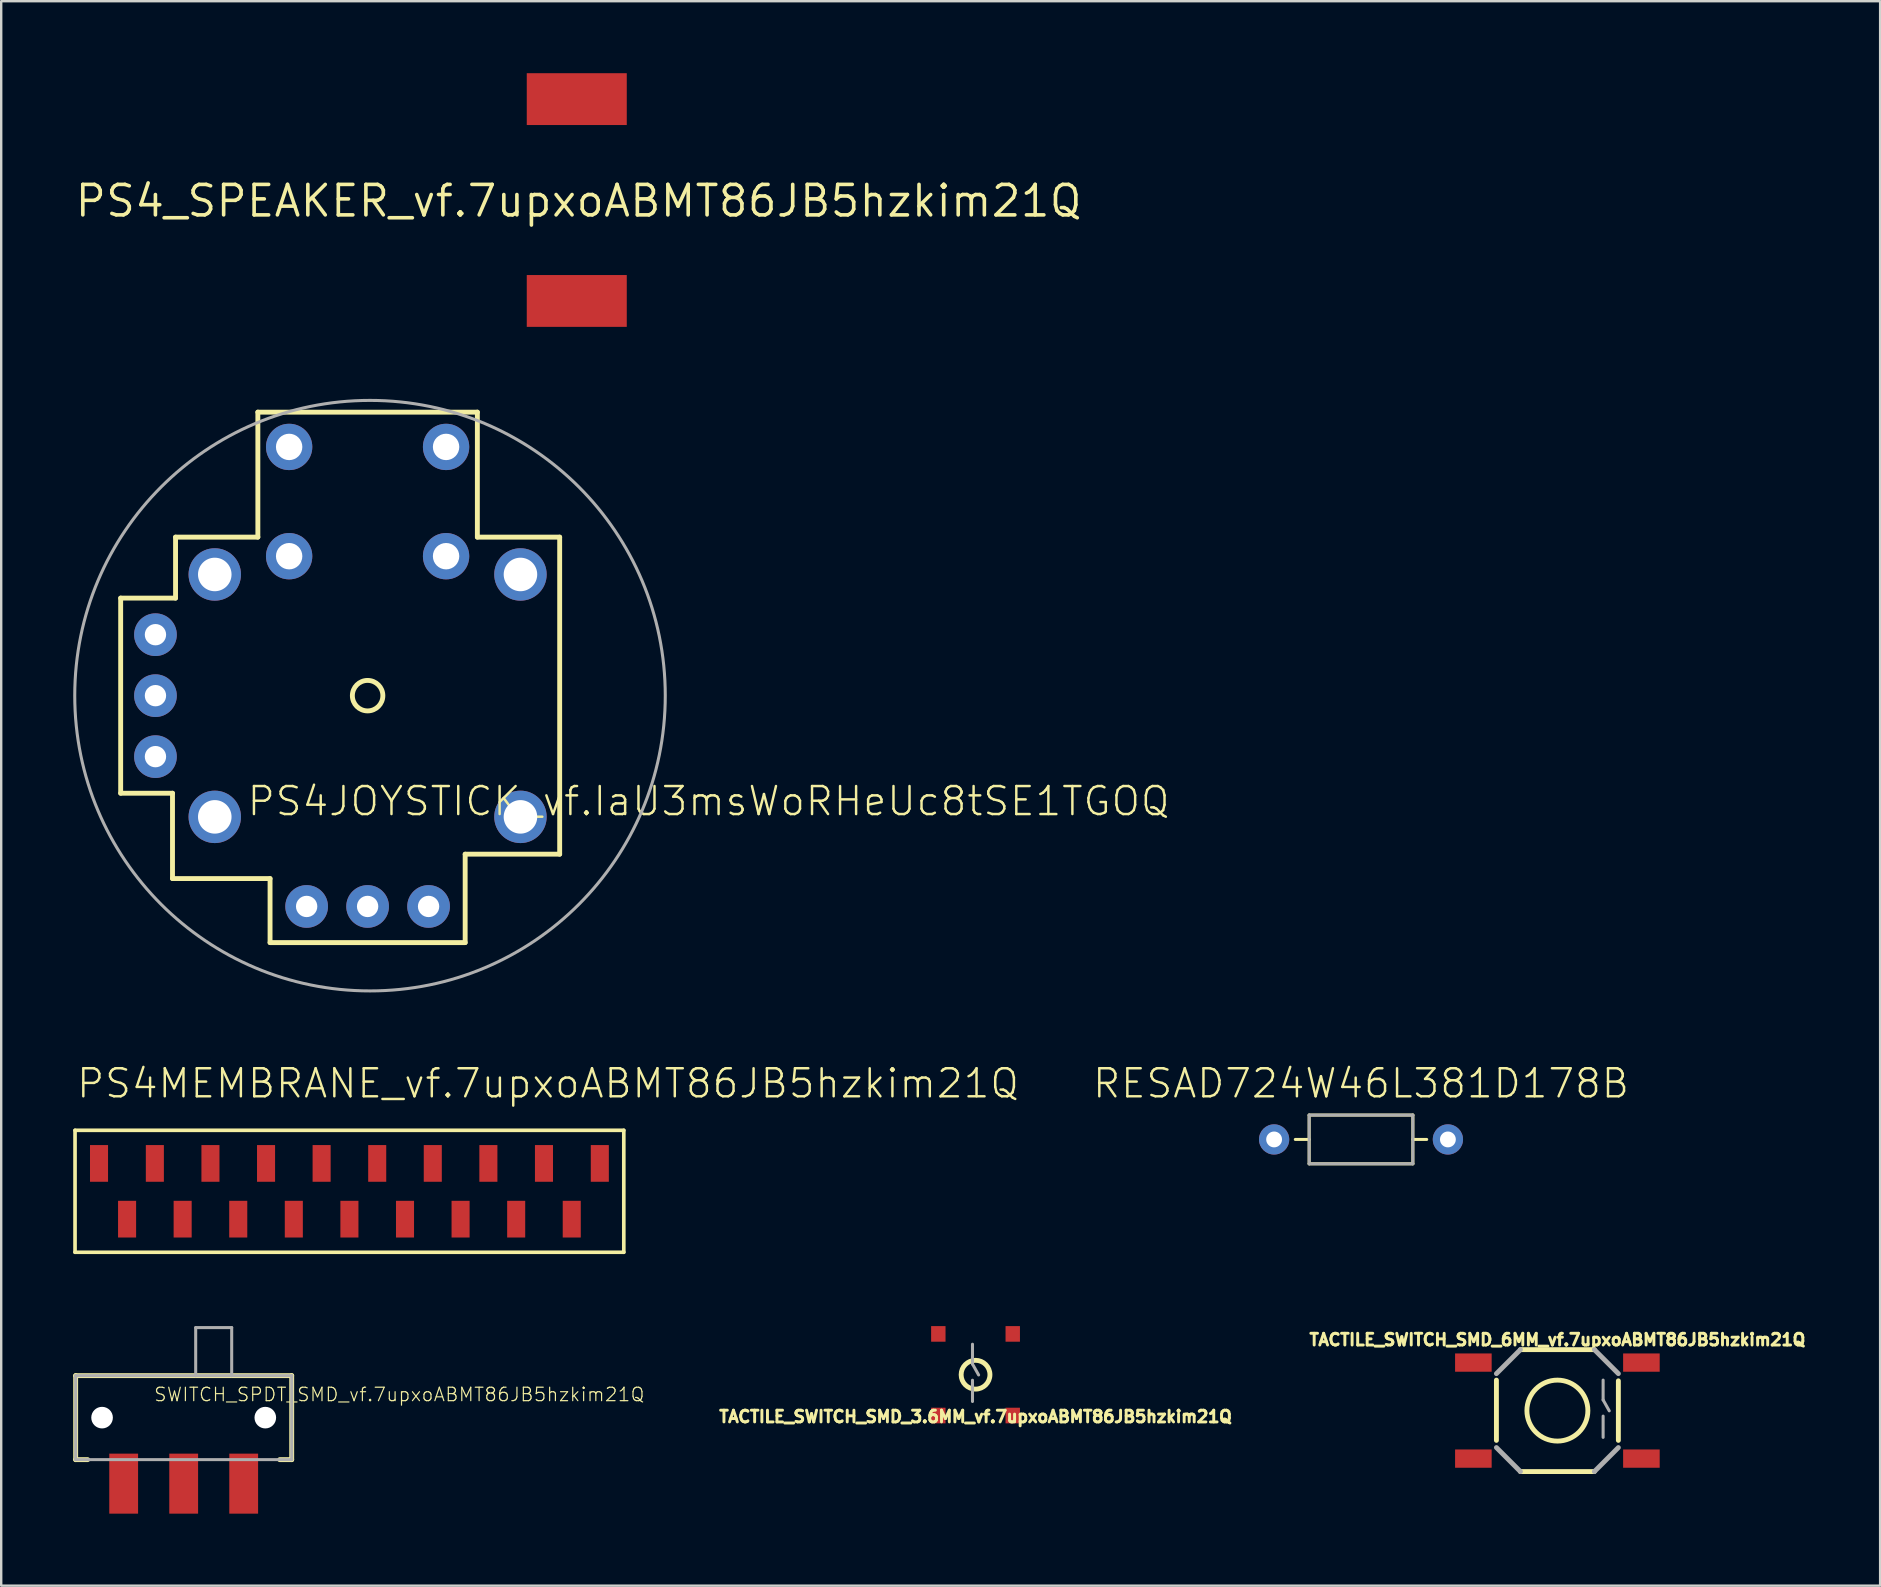
<source format=kicad_pcb>
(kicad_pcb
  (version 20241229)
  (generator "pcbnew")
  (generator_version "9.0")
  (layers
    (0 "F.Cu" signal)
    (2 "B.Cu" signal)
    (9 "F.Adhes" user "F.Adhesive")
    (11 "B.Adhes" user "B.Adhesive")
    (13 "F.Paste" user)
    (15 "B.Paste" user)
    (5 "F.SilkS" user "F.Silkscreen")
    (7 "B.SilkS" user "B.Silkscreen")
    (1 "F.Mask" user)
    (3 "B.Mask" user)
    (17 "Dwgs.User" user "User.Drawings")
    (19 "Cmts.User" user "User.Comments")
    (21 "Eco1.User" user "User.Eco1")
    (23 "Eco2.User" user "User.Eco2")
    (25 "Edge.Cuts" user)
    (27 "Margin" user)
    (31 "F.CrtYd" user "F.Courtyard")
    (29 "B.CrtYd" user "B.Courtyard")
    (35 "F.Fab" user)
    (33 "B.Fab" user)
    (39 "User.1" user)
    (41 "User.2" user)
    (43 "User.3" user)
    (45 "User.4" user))
  (footprint "PS4_SPEAKER_vf.7upxoABMT86JB5hzkim21Q"
    (layer "F.Cu")
    (at 21.053 5.321)
    (property "Reference" "PS4_SPEAKER_vf.7upxoABMT86JB5hzkim21Q" (at 0 0 0) (layer "F.SilkS") (effects (font (size 1.27 1.27) (thickness 0.15))))
    (fp_line (start -2.153 -5.313) (end 2.012 -5.313) (stroke (width 0.001) (type solid)) (layer "Cmts.User"))
    (fp_line (start -2.153 -3.162) (end -2.153 -5.313) (stroke (width 0.001) (type solid)) (layer "Cmts.User"))
    (fp_line (start -2.153 3.091) (end -0.94 3.091) (stroke (width 0.001) (type solid)) (layer "Cmts.User"))
    (fp_line (start -2.153 5.242) (end -2.153 3.091) (stroke (width 0.001) (type solid)) (layer "Cmts.User"))
    (fp_line (start -1.077 -3.573) (end -1.077 -3.162) (stroke (width 0.001) (type solid)) (layer "Cmts.User"))
    (fp_line (start -1.077 -3.162) (end -2.153 -3.162) (stroke (width 0.001) (type solid)) (layer "Cmts.User"))
    (fp_line (start -0.94 3.091) (end -0.94 3.502) (stroke (width 0.001) (type solid)) (layer "Cmts.User"))
    (fp_line (start -0.94 3.502) (end 0.937 3.502) (stroke (width 0.001) (type solid)) (layer "Cmts.User"))
    (fp_line (start 0.8 -3.573) (end -1.077 -3.573) (stroke (width 0.001) (type solid)) (layer "Cmts.User"))
    (fp_line (start 0.8 -3.162) (end 0.8 -3.573) (stroke (width 0.001) (type solid)) (layer "Cmts.User"))
    (fp_line (start 0.937 3.091) (end 2.012 3.091) (stroke (width 0.001) (type solid)) (layer "Cmts.User"))
    (fp_line (start 0.937 3.502) (end 0.937 3.091) (stroke (width 0.001) (type solid)) (layer "Cmts.User"))
    (fp_line (start 2.012 -5.313) (end 2.012 -3.162) (stroke (width 0.001) (type solid)) (layer "Cmts.User"))
    (fp_line (start 2.012 -3.162) (end 0.8 -3.162) (stroke (width 0.001) (type solid)) (layer "Cmts.User"))
    (fp_line (start 2.012 3.091) (end 2.012 5.242) (stroke (width 0.001) (type solid)) (layer "Cmts.User"))
    (fp_line (start 2.012 5.242) (end -2.153 5.242) (stroke (width 0.001) (type solid)) (layer "Cmts.User"))
    (pad "P$1" smd rect (at -0.076 -4.242) (size 4.166 2.159) (layers "F.Cu" "F.Mask" "F.Paste"))
    (pad "P$2" smd rect (at -0.076 4.166) (size 4.166 2.159) (layers "F.Cu" "F.Mask" "F.Paste")))
  (footprint "PS4JOYSTICK_vf.IaU3msWoRHeUc8tSE1TGOQ"
    (layer "F.Cu")
    (at 12.264 25.93)
    (property "Reference" "PS4JOYSTICK_vf.IaU3msWoRHeUc8tSE1TGOQ" (at -5.08 5.08 0) (unlocked yes) (layer "F.SilkS") (effects (font (size 1.168 1.168) (thickness 0.102)) (justify left bottom)))
    (fp_line (start -10.287 -4.064) (end -10.287 4.064) (stroke (width 0.203) (type solid)) (layer "F.SilkS"))
    (fp_line (start -8.128 4.064) (end -10.287 4.064) (stroke (width 0.203) (type solid)) (layer "F.SilkS"))
    (fp_line (start -8.128 4.064) (end -8.128 7.62) (stroke (width 0.203) (type solid)) (layer "F.SilkS"))
    (fp_line (start -8.001 -4.064) (end -10.287 -4.064) (stroke (width 0.203) (type solid)) (layer "F.SilkS"))
    (fp_line (start -8.001 -4.064) (end -8.001 -6.604) (stroke (width 0.203) (type solid)) (layer "F.SilkS"))
    (fp_line (start -4.572 -11.811) (end -4.572 -6.604) (stroke (width 0.203) (type solid)) (layer "F.SilkS"))
    (fp_line (start -4.572 -6.604) (end -8.001 -6.604) (stroke (width 0.203) (type solid)) (layer "F.SilkS"))
    (fp_line (start -4.064 7.62) (end -8.128 7.62) (stroke (width 0.203) (type solid)) (layer "F.SilkS"))
    (fp_line (start -4.064 10.287) (end -4.064 7.62) (stroke (width 0.203) (type solid)) (layer "F.SilkS"))
    (fp_line (start 4.064 6.604) (end 8.001 6.604) (stroke (width 0.203) (type solid)) (layer "F.SilkS"))
    (fp_line (start 4.064 10.287) (end -4.064 10.287) (stroke (width 0.203) (type solid)) (layer "F.SilkS"))
    (fp_line (start 4.064 10.287) (end 4.064 6.604) (stroke (width 0.203) (type solid)) (layer "F.SilkS"))
    (fp_line (start 4.572 -11.811) (end -4.572 -11.811) (stroke (width 0.203) (type solid)) (layer "F.SilkS"))
    (fp_line (start 4.572 -11.811) (end 4.572 -6.604) (stroke (width 0.203) (type solid)) (layer "F.SilkS"))
    (fp_line (start 4.572 -6.604) (end 8.001 -6.604) (stroke (width 0.203) (type solid)) (layer "F.SilkS"))
    (fp_line (start 8.001 -6.604) (end 8.001 6.604) (stroke (width 0.203) (type solid)) (layer "F.SilkS"))
    (fp_circle (center 0 0) (end 0.635 0) (stroke (width 0.203) (type solid)) (fill no) (layer "F.SilkS"))
    (fp_circle (center 0.1 0) (end 12.4 0) (stroke (width 0.127) (type solid)) (fill no) (layer "F.Fab"))
    (pad "B1A" thru_hole circle (at -3.269 -10.362) (size 1.93 1.93) (drill 1.1) (layers "*.Cu" "*.Mask"))
    (pad "B1B" thru_hole circle (at 3.269 -10.362) (size 1.93 1.93) (drill 1.1) (layers "*.Cu" "*.Mask"))
    (pad "B2A" thru_hole circle (at -3.269 -5.81) (size 1.93 1.93) (drill 1.1) (layers "*.Cu" "*.Mask"))
    (pad "B2B" thru_hole circle (at 3.269 -5.81) (size 1.93 1.93) (drill 1.1) (layers "*.Cu" "*.Mask"))
    (pad "H1" thru_hole circle (at -2.54 8.781) (size 1.778 1.778) (drill 0.889) (layers "*.Cu" "*.Mask"))
    (pad "H2" thru_hole circle (at 0 8.781) (size 1.778 1.778) (drill 0.889) (layers "*.Cu" "*.Mask"))
    (pad "H3" thru_hole circle (at 2.54 8.781) (size 1.778 1.778) (drill 0.889) (layers "*.Cu" "*.Mask"))
    (pad "MOUNT1" thru_hole circle (at -6.367 -5.049) (size 2.184 2.184) (drill 1.397) (layers "*.Cu" "*.Mask"))
    (pad "MOUNT2" thru_hole circle (at -6.367 5.049) (size 2.184 2.184) (drill 1.397) (layers "*.Cu" "*.Mask"))
    (pad "MOUNT3" thru_hole circle (at 6.367 5.049) (size 2.184 2.184) (drill 1.397) (layers "*.Cu" "*.Mask"))
    (pad "MOUNT4" thru_hole circle (at 6.367 -5.049) (size 2.184 2.184) (drill 1.397) (layers "*.Cu" "*.Mask"))
    (pad "V1" thru_hole circle (at -8.838 -2.54) (size 1.778 1.778) (drill 0.889) (layers "*.Cu" "*.Mask"))
    (pad "V2" thru_hole circle (at -8.838 0) (size 1.778 1.778) (drill 0.889) (layers "*.Cu" "*.Mask"))
    (pad "V3" thru_hole circle (at -8.838 2.54) (size 1.778 1.778) (drill 0.889) (layers "*.Cu" "*.Mask")))
  (footprint "SWITCH_SPDT_SMD_vf.7upxoABMT86JB5hzkim21Q"
    (layer "F.Cu")
    (at 4.602 56.006)
    (property "Reference" "SWITCH_SPDT_SMD_vf.7upxoABMT86JB5hzkim21Q" (at -1.27 -0.635 0) (unlocked yes) (layer "F.SilkS") (effects (font (size 0.561 0.561) (thickness 0.049)) (justify left bottom)))
    (fp_line (start -4.5 -1.75) (end 4.5 -1.75) (stroke (width 0.203) (type solid)) (layer "F.SilkS"))
    (fp_line (start -4.5 1.75) (end -4.5 -1.75) (stroke (width 0.203) (type solid)) (layer "F.SilkS"))
    (fp_line (start -4 1.75) (end -4.5 1.75) (stroke (width 0.203) (type solid)) (layer "F.SilkS"))
    (fp_line (start 4.5 -1.75) (end 4.5 1.75) (stroke (width 0.203) (type solid)) (layer "F.SilkS"))
    (fp_line (start 4.5 1.75) (end 4 1.75) (stroke (width 0.203) (type solid)) (layer "F.SilkS"))
    (fp_line (start -4.5 -1.75) (end -4.5 1.75) (stroke (width 0.127) (type solid)) (layer "F.Fab"))
    (fp_line (start -4.5 1.75) (end 4.5 1.75) (stroke (width 0.127) (type solid)) (layer "F.Fab"))
    (fp_line (start 0.5 -3.75) (end 2 -3.75) (stroke (width 0.127) (type solid)) (layer "F.Fab"))
    (fp_line (start 0.5 -1.75) (end -4.5 -1.75) (stroke (width 0.127) (type solid)) (layer "F.Fab"))
    (fp_line (start 0.5 -1.75) (end 0.5 -3.75) (stroke (width 0.127) (type solid)) (layer "F.Fab"))
    (fp_line (start 2 -3.75) (end 2 -1.75) (stroke (width 0.127) (type solid)) (layer "F.Fab"))
    (fp_line (start 2 -1.75) (end 0.5 -1.75) (stroke (width 0.127) (type solid)) (layer "F.Fab"))
    (fp_line (start 4.5 -1.75) (end 2 -1.75) (stroke (width 0.127) (type solid)) (layer "F.Fab"))
    (fp_line (start 4.5 1.75) (end 4.5 -1.75) (stroke (width 0.127) (type solid)) (layer "F.Fab"))
    (pad "" np_thru_hole circle (at -3.4 0) (size 0.9 0.9) (drill 0.9) (layers "*.Cu" "*.Mask"))
    (pad "" np_thru_hole circle (at 3.4 0) (size 0.9 0.9) (drill 0.9) (layers "*.Cu" "*.Mask"))
    (pad "1" smd rect (at -2.5 2.75 180) (size 1.2 2.5) (layers "F.Cu" "F.Mask" "F.Paste"))
    (pad "2" smd rect (at 0 2.75 180) (size 1.2 2.5) (layers "F.Cu" "F.Mask" "F.Paste"))
    (pad "3" smd rect (at 2.5 2.75 180) (size 1.2 2.5) (layers "F.Cu" "F.Mask" "F.Paste")))
  (footprint "PS4MEMBRANE_vf.7upxoABMT86JB5hzkim21Q"
    (layer "F.Cu")
    (at 11.506 46.577)
    (property "Reference" "PS4MEMBRANE_vf.7upxoABMT86JB5hzkim21Q" (at -11.43 -3.81 0) (unlocked yes) (layer "F.SilkS") (effects (font (size 1.168 1.168) (thickness 0.102)) (justify left bottom)))
    (fp_line (start -11.43 -2.54) (end -11.43 2.54) (stroke (width 0.152) (type solid)) (layer "F.SilkS"))
    (fp_line (start -11.43 2.54) (end 11.43 2.54) (stroke (width 0.152) (type solid)) (layer "F.SilkS"))
    (fp_line (start 11.43 -2.54) (end -11.43 -2.54) (stroke (width 0.152) (type solid)) (layer "F.SilkS"))
    (fp_line (start 11.43 2.54) (end 11.43 -2.54) (stroke (width 0.152) (type solid)) (layer "F.SilkS"))
    (pad "1" smd rect (at -10.431 -1.161) (size 0.752 1.529) (layers "F.Cu" "F.Mask" "F.Paste"))
    (pad "2" smd rect (at -9.262 1.161) (size 0.752 1.529) (layers "F.Cu" "F.Mask" "F.Paste"))
    (pad "3" smd rect (at -8.105 -1.161) (size 0.752 1.529) (layers "F.Cu" "F.Mask" "F.Paste"))
    (pad "4" smd rect (at -6.947 1.161) (size 0.752 1.529) (layers "F.Cu" "F.Mask" "F.Paste"))
    (pad "5" smd rect (at -5.789 -1.161) (size 0.752 1.529) (layers "F.Cu" "F.Mask" "F.Paste"))
    (pad "6" smd rect (at -4.631 1.161) (size 0.752 1.529) (layers "F.Cu" "F.Mask" "F.Paste"))
    (pad "7" smd rect (at -3.473 -1.161) (size 0.752 1.529) (layers "F.Cu" "F.Mask" "F.Paste"))
    (pad "8" smd rect (at -2.316 1.161) (size 0.752 1.529) (layers "F.Cu" "F.Mask" "F.Paste"))
    (pad "9" smd rect (at -1.158 -1.161) (size 0.752 1.529) (layers "F.Cu" "F.Mask" "F.Paste"))
    (pad "10" smd rect (at 0 1.161) (size 0.752 1.529) (layers "F.Cu" "F.Mask" "F.Paste"))
    (pad "11" smd rect (at 1.158 -1.161) (size 0.752 1.529) (layers "F.Cu" "F.Mask" "F.Paste"))
    (pad "12" smd rect (at 2.316 1.161) (size 0.752 1.529) (layers "F.Cu" "F.Mask" "F.Paste"))
    (pad "13" smd rect (at 3.473 -1.161) (size 0.752 1.529) (layers "F.Cu" "F.Mask" "F.Paste"))
    (pad "14" smd rect (at 4.631 1.161) (size 0.752 1.529) (layers "F.Cu" "F.Mask" "F.Paste"))
    (pad "15" smd rect (at 5.789 -1.161) (size 0.752 1.529) (layers "F.Cu" "F.Mask" "F.Paste"))
    (pad "16" smd rect (at 6.947 1.161) (size 0.752 1.529) (layers "F.Cu" "F.Mask" "F.Paste"))
    (pad "17" smd rect (at 8.105 -1.161) (size 0.752 1.529) (layers "F.Cu" "F.Mask" "F.Paste"))
    (pad "18" smd rect (at 9.262 1.161) (size 0.752 1.529) (layers "F.Cu" "F.Mask" "F.Paste"))
    (pad "19" smd rect (at 10.431 -1.161) (size 0.752 1.529) (layers "F.Cu" "F.Mask" "F.Paste")))
  (footprint "RESAD724W46L381D178B"
    (layer "F.Cu")
    (at 53.647 44.417)
    (property "Reference" "RESAD724W46L381D178B" (at 0 -1.65 0) (unlocked yes) (layer "F.SilkS") (effects (font (size 1.168 1.168) (thickness 0.102)) (justify bottom)))
    (fp_line (start -2.16 -1.015) (end -2.16 1.015) (stroke (width 0.127) (type solid)) (layer "F.SilkS"))
    (fp_line (start -2.16 0) (end -2.736 0) (stroke (width 0.127) (type solid)) (layer "F.SilkS"))
    (fp_line (start -2.16 1.015) (end 2.16 1.015) (stroke (width 0.127) (type solid)) (layer "F.SilkS"))
    (fp_line (start 2.16 -1.015) (end -2.16 -1.015) (stroke (width 0.127) (type solid)) (layer "F.SilkS"))
    (fp_line (start 2.16 0) (end 2.736 0) (stroke (width 0.127) (type solid)) (layer "F.SilkS"))
    (fp_line (start 2.16 1.015) (end 2.16 -1.015) (stroke (width 0.127) (type solid)) (layer "F.SilkS"))
    (fp_line (start -2.16 -1.015) (end 2.16 -1.015) (stroke (width 0.12) (type solid)) (layer "F.Fab"))
    (fp_line (start -2.16 1.015) (end -2.16 -1.015) (stroke (width 0.12) (type solid)) (layer "F.Fab"))
    (fp_line (start 2.16 -1.015) (end 2.16 1.015) (stroke (width 0.12) (type solid)) (layer "F.Fab"))
    (fp_line (start 2.16 1.015) (end -2.16 1.015) (stroke (width 0.12) (type solid)) (layer "F.Fab"))
    (pad "1" thru_hole circle (at -3.62 0) (size 1.26 1.26) (drill 0.66) (layers "*.Cu" "*.Mask"))
    (pad "2" thru_hole circle (at 3.62 0) (size 1.26 1.26) (drill 0.66) (layers "*.Cu" "*.Mask")))
  (footprint "TACTILE_SWITCH_SMD_6MM_vf.7upxoABMT86JB5hzkim21Q"
    (layer "F.Cu")
    (at 61.828 55.713)
    (property "Reference" "TACTILE_SWITCH_SMD_6MM_vf.7upxoABMT86JB5hzkim21Q" (at 0 -2.667 0) (unlocked yes) (layer "F.SilkS") (effects (font (size 0.488 0.488) (thickness 0.122)) (justify bottom)))
    (fp_line (start -2.54 1.24) (end -2.54 -1.27) (stroke (width 0.203) (type solid)) (layer "F.SilkS"))
    (fp_line (start -1.54 -2.54) (end 1.54 -2.54) (stroke (width 0.203) (type solid)) (layer "F.SilkS"))
    (fp_line (start 1.54 2.54) (end -1.54 2.54) (stroke (width 0.203) (type solid)) (layer "F.SilkS"))
    (fp_line (start 2.54 -1.24) (end 2.54 1.24) (stroke (width 0.203) (type solid)) (layer "F.SilkS"))
    (fp_circle (center 0 0) (end 1.27 0) (stroke (width 0.203) (type solid)) (fill no) (layer "F.SilkS"))
    (fp_line (start -2.54 -1.54) (end -1.54 -2.54) (stroke (width 0.203) (type solid)) (layer "F.Fab"))
    (fp_line (start -1.54 2.54) (end -2.54 1.54) (stroke (width 0.203) (type solid)) (layer "F.Fab"))
    (fp_line (start 1.54 -2.54) (end 2.54 -1.54) (stroke (width 0.203) (type solid)) (layer "F.Fab"))
    (fp_line (start 1.905 -1.27) (end 1.905 -0.445) (stroke (width 0.127) (type solid)) (layer "F.Fab"))
    (fp_line (start 1.905 -0.445) (end 2.16 0.01) (stroke (width 0.127) (type solid)) (layer "F.Fab"))
    (fp_line (start 1.905 0.23) (end 1.905 1.115) (stroke (width 0.127) (type solid)) (layer "F.Fab"))
    (fp_line (start 2.54 1.54) (end 1.54 2.54) (stroke (width 0.203) (type solid)) (layer "F.Fab"))
    (pad "1" smd rect (at -3.5 -2 90) (size 0.762 1.524) (layers "F.Cu" "F.Mask" "F.Paste"))
    (pad "2" smd rect (at 3.5 -2 90) (size 0.762 1.524) (layers "F.Cu" "F.Mask" "F.Paste"))
    (pad "3" smd rect (at -3.5 2 90) (size 0.762 1.524) (layers "F.Cu" "F.Mask" "F.Paste"))
    (pad "4" smd rect (at 3.5 2 90) (size 0.762 1.524) (layers "F.Cu" "F.Mask" "F.Paste")))
  (footprint "TACTILE_SWITCH_SMD_3.6MM_vf.7upxoABMT86JB5hzkim21Q"
    (layer "F.Cu")
    (at 37.589 54.218)
    (property "Reference" "TACTILE_SWITCH_SMD_3.6MM_vf.7upxoABMT86JB5hzkim21Q" (at 0 2.032 0) (unlocked yes) (layer "F.SilkS") (effects (font (size 0.488 0.488) (thickness 0.122)) (justify bottom)))
    (fp_circle (center 0 0) (end 0.6 0) (stroke (width 0.203) (type solid)) (fill no) (layer "F.SilkS"))
    (fp_line (start -0.127 -1.27) (end -0.127 -0.445) (stroke (width 0.127) (type solid)) (layer "F.Fab"))
    (fp_line (start -0.127 -0.445) (end 0.128 0.01) (stroke (width 0.127) (type solid)) (layer "F.Fab"))
    (fp_line (start -0.127 0.23) (end -0.127 1.115) (stroke (width 0.127) (type solid)) (layer "F.Fab"))
    (pad "1" smd rect (at 1.55 -1.7 90) (size 0.65 0.6) (layers "F.Cu" "F.Mask" "F.Paste"))
    (pad "2" smd rect (at 1.55 1.7 90) (size 0.65 0.6) (layers "F.Cu" "F.Mask" "F.Paste"))
    (pad "3" smd rect (at -1.55 1.7 90) (size 0.65 0.6) (layers "F.Cu" "F.Mask" "F.Paste"))
    (pad "4" smd rect (at -1.55 -1.7 90) (size 0.65 0.6) (layers "F.Cu" "F.Mask" "F.Paste")))
  (gr_rect
    (start -3 -3)
    (end 75.273 63.006)
    (stroke (width 0.1) (type default))
    (fill no)
    (layer "Edge.Cuts")))
</source>
